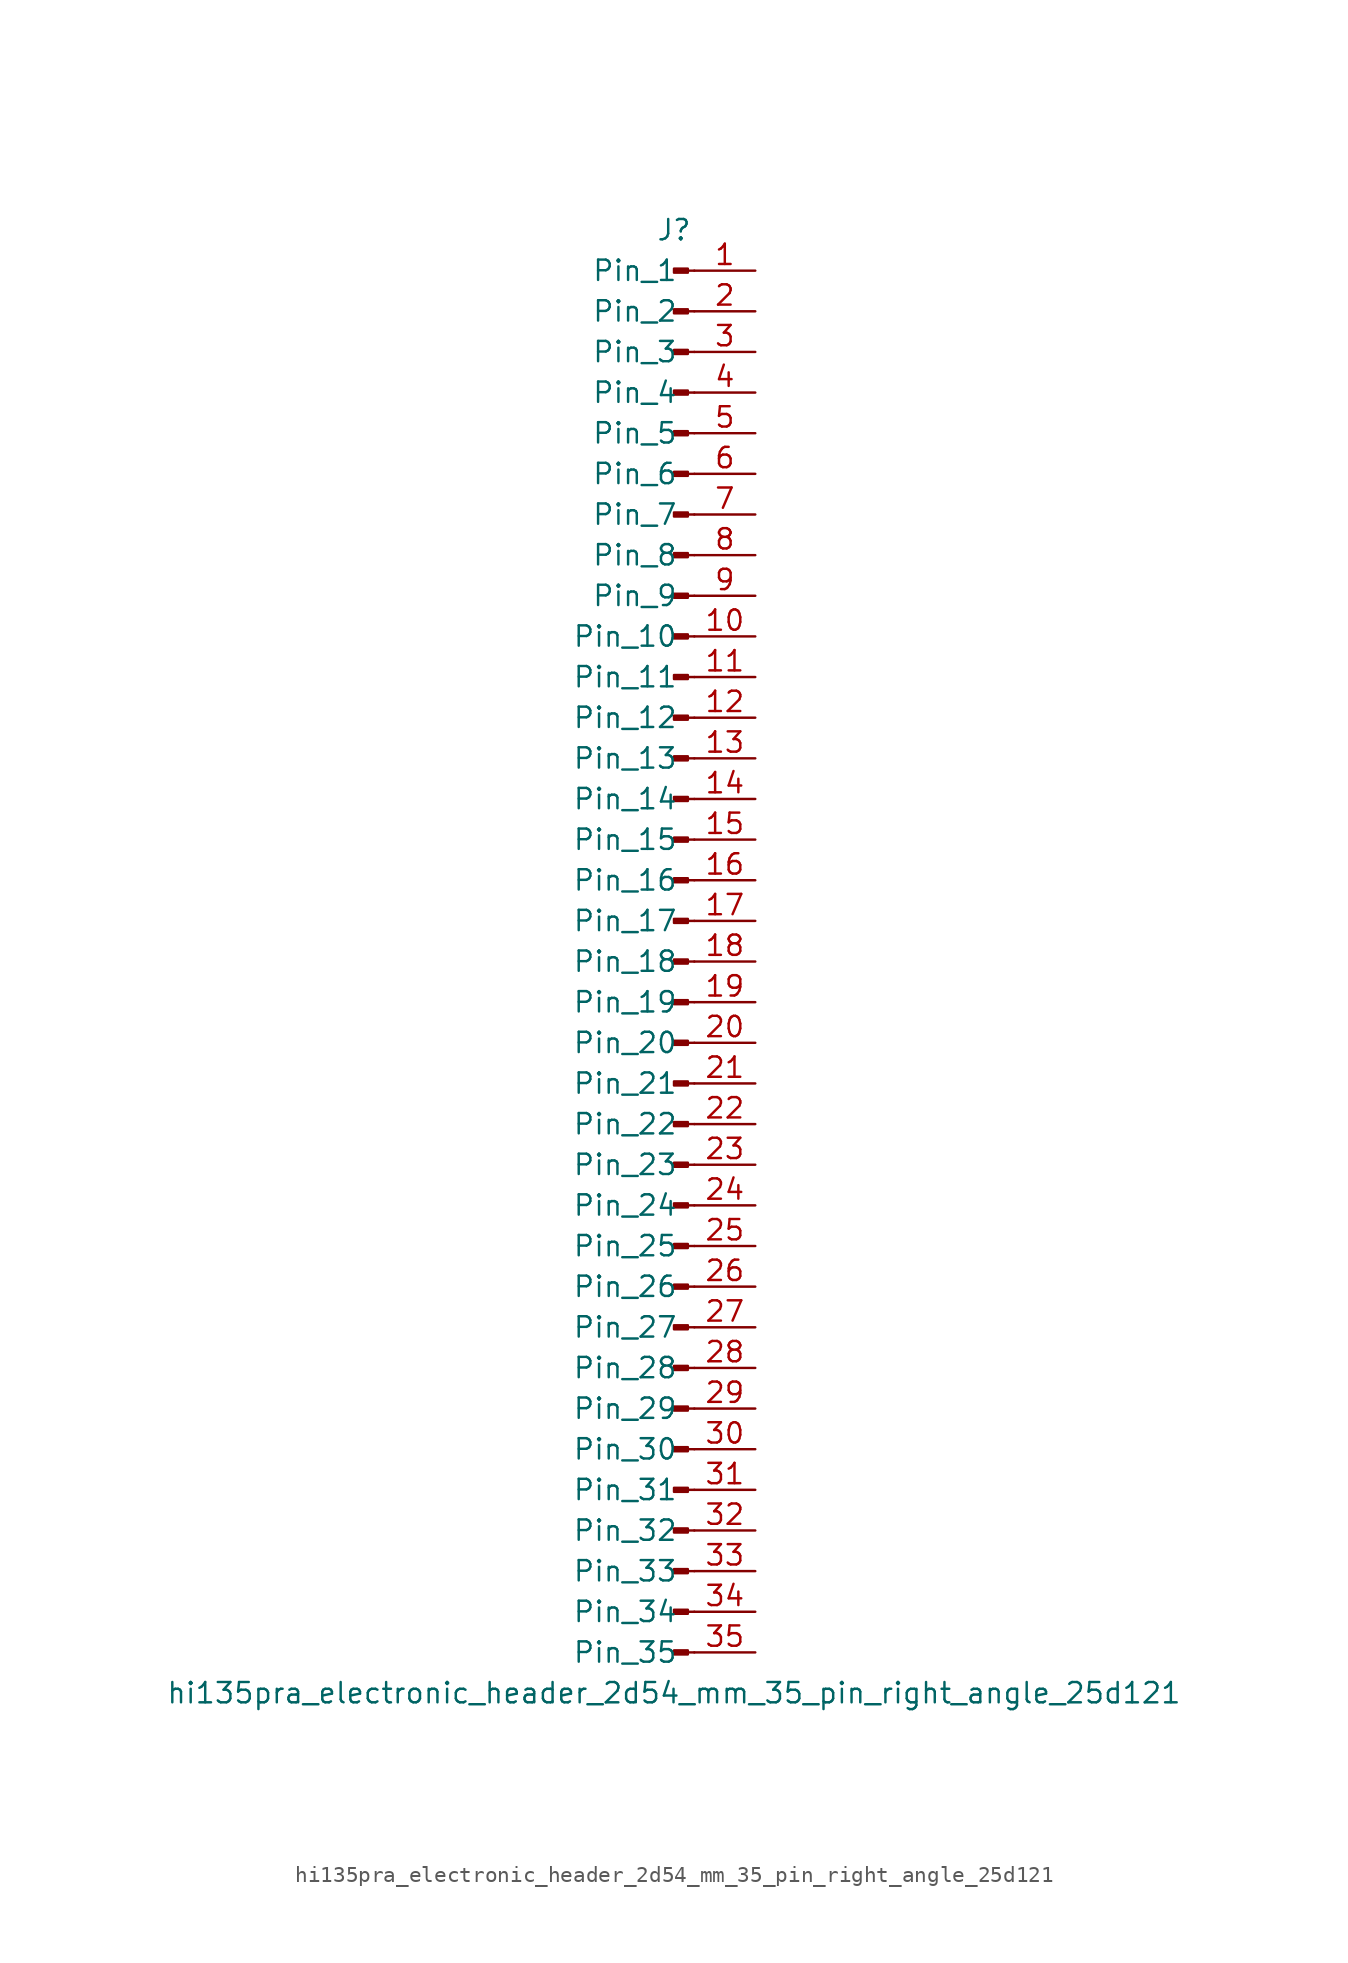
<source format=kicad_sym>
(kicad_symbol_lib
  (version 20220914)
  (generator kicad_symbol_editor)
  (symbol "hi135pra_electronic_header_2d54_mm_35_pin_right_angle_25d121"
    (pin_names
      (offset 1.016))
    (property "Reference" "J"
      (at 0 45.72 0)
      (effects (font (size 1.27 1.27))))
    (property "Value" "hi135pra_electronic_header_2d54_mm_35_pin_right_angle_25d121"
      (at 0 -45.72 0)
      (effects (font (size 1.27 1.27))))
    (property "ki_locked" ""
      (at 0 0 0)
      (effects (font (size 1.27 1.27))))
    (symbol "hi135pra_electronic_header_2d54_mm_35_pin_right_angle_25d121_1_1"
      (polyline (pts (xy 1.27 -43.18) (xy 0.864 -43.18)) (stroke (width 0.152) (type default)) (fill (type none)))
      (polyline (pts (xy 1.27 -40.64) (xy 0.864 -40.64)) (stroke (width 0.152) (type default)) (fill (type none)))
      (polyline (pts (xy 1.27 -38.1) (xy 0.864 -38.1)) (stroke (width 0.152) (type default)) (fill (type none)))
      (polyline (pts (xy 1.27 -35.56) (xy 0.864 -35.56)) (stroke (width 0.152) (type default)) (fill (type none)))
      (polyline (pts (xy 1.27 -33.02) (xy 0.864 -33.02)) (stroke (width 0.152) (type default)) (fill (type none)))
      (polyline (pts (xy 1.27 -30.48) (xy 0.864 -30.48)) (stroke (width 0.152) (type default)) (fill (type none)))
      (polyline (pts (xy 1.27 -27.94) (xy 0.864 -27.94)) (stroke (width 0.152) (type default)) (fill (type none)))
      (polyline (pts (xy 1.27 -25.4) (xy 0.864 -25.4)) (stroke (width 0.152) (type default)) (fill (type none)))
      (polyline (pts (xy 1.27 -22.86) (xy 0.864 -22.86)) (stroke (width 0.152) (type default)) (fill (type none)))
      (polyline (pts (xy 1.27 -20.32) (xy 0.864 -20.32)) (stroke (width 0.152) (type default)) (fill (type none)))
      (polyline (pts (xy 1.27 -17.78) (xy 0.864 -17.78)) (stroke (width 0.152) (type default)) (fill (type none)))
      (polyline (pts (xy 1.27 -15.24) (xy 0.864 -15.24)) (stroke (width 0.152) (type default)) (fill (type none)))
      (polyline (pts (xy 1.27 -12.7) (xy 0.864 -12.7)) (stroke (width 0.152) (type default)) (fill (type none)))
      (polyline (pts (xy 1.27 -10.16) (xy 0.864 -10.16)) (stroke (width 0.152) (type default)) (fill (type none)))
      (polyline (pts (xy 1.27 -7.62) (xy 0.864 -7.62)) (stroke (width 0.152) (type default)) (fill (type none)))
      (polyline (pts (xy 1.27 -5.08) (xy 0.864 -5.08)) (stroke (width 0.152) (type default)) (fill (type none)))
      (polyline (pts (xy 1.27 -2.54) (xy 0.864 -2.54)) (stroke (width 0.152) (type default)) (fill (type none)))
      (polyline (pts (xy 1.27 0) (xy 0.864 0)) (stroke (width 0.152) (type default)) (fill (type none)))
      (polyline (pts (xy 1.27 2.54) (xy 0.864 2.54)) (stroke (width 0.152) (type default)) (fill (type none)))
      (polyline (pts (xy 1.27 5.08) (xy 0.864 5.08)) (stroke (width 0.152) (type default)) (fill (type none)))
      (polyline (pts (xy 1.27 7.62) (xy 0.864 7.62)) (stroke (width 0.152) (type default)) (fill (type none)))
      (polyline (pts (xy 1.27 10.16) (xy 0.864 10.16)) (stroke (width 0.152) (type default)) (fill (type none)))
      (polyline (pts (xy 1.27 12.7) (xy 0.864 12.7)) (stroke (width 0.152) (type default)) (fill (type none)))
      (polyline (pts (xy 1.27 15.24) (xy 0.864 15.24)) (stroke (width 0.152) (type default)) (fill (type none)))
      (polyline (pts (xy 1.27 17.78) (xy 0.864 17.78)) (stroke (width 0.152) (type default)) (fill (type none)))
      (polyline (pts (xy 1.27 20.32) (xy 0.864 20.32)) (stroke (width 0.152) (type default)) (fill (type none)))
      (polyline (pts (xy 1.27 22.86) (xy 0.864 22.86)) (stroke (width 0.152) (type default)) (fill (type none)))
      (polyline (pts (xy 1.27 25.4) (xy 0.864 25.4)) (stroke (width 0.152) (type default)) (fill (type none)))
      (polyline (pts (xy 1.27 27.94) (xy 0.864 27.94)) (stroke (width 0.152) (type default)) (fill (type none)))
      (polyline (pts (xy 1.27 30.48) (xy 0.864 30.48)) (stroke (width 0.152) (type default)) (fill (type none)))
      (polyline (pts (xy 1.27 33.02) (xy 0.864 33.02)) (stroke (width 0.152) (type default)) (fill (type none)))
      (polyline (pts (xy 1.27 35.56) (xy 0.864 35.56)) (stroke (width 0.152) (type default)) (fill (type none)))
      (polyline (pts (xy 1.27 38.1) (xy 0.864 38.1)) (stroke (width 0.152) (type default)) (fill (type none)))
      (polyline (pts (xy 1.27 40.64) (xy 0.864 40.64)) (stroke (width 0.152) (type default)) (fill (type none)))
      (polyline (pts (xy 1.27 43.18) (xy 0.864 43.18)) (stroke (width 0.152) (type default)) (fill (type none)))
      (rectangle (start 0.864 -43.053) (end 0 -43.307) (stroke (width 0.152) (type default)) (fill (type outline)))
      (rectangle (start 0.864 -40.513) (end 0 -40.767) (stroke (width 0.152) (type default)) (fill (type outline)))
      (rectangle (start 0.864 -37.973) (end 0 -38.227) (stroke (width 0.152) (type default)) (fill (type outline)))
      (rectangle (start 0.864 -35.433) (end 0 -35.687) (stroke (width 0.152) (type default)) (fill (type outline)))
      (rectangle (start 0.864 -32.893) (end 0 -33.147) (stroke (width 0.152) (type default)) (fill (type outline)))
      (rectangle (start 0.864 -30.353) (end 0 -30.607) (stroke (width 0.152) (type default)) (fill (type outline)))
      (rectangle (start 0.864 -27.813) (end 0 -28.067) (stroke (width 0.152) (type default)) (fill (type outline)))
      (rectangle (start 0.864 -25.273) (end 0 -25.527) (stroke (width 0.152) (type default)) (fill (type outline)))
      (rectangle (start 0.864 -22.733) (end 0 -22.987) (stroke (width 0.152) (type default)) (fill (type outline)))
      (rectangle (start 0.864 -20.193) (end 0 -20.447) (stroke (width 0.152) (type default)) (fill (type outline)))
      (rectangle (start 0.864 -17.653) (end 0 -17.907) (stroke (width 0.152) (type default)) (fill (type outline)))
      (rectangle (start 0.864 -15.113) (end 0 -15.367) (stroke (width 0.152) (type default)) (fill (type outline)))
      (rectangle (start 0.864 -12.573) (end 0 -12.827) (stroke (width 0.152) (type default)) (fill (type outline)))
      (rectangle (start 0.864 -10.033) (end 0 -10.287) (stroke (width 0.152) (type default)) (fill (type outline)))
      (rectangle (start 0.864 -7.493) (end 0 -7.747) (stroke (width 0.152) (type default)) (fill (type outline)))
      (rectangle (start 0.864 -4.953) (end 0 -5.207) (stroke (width 0.152) (type default)) (fill (type outline)))
      (rectangle (start 0.864 -2.413) (end 0 -2.667) (stroke (width 0.152) (type default)) (fill (type outline)))
      (rectangle (start 0.864 0.127) (end 0 -0.127) (stroke (width 0.152) (type default)) (fill (type outline)))
      (rectangle (start 0.864 2.667) (end 0 2.413) (stroke (width 0.152) (type default)) (fill (type outline)))
      (rectangle (start 0.864 5.207) (end 0 4.953) (stroke (width 0.152) (type default)) (fill (type outline)))
      (rectangle (start 0.864 7.747) (end 0 7.493) (stroke (width 0.152) (type default)) (fill (type outline)))
      (rectangle (start 0.864 10.287) (end 0 10.033) (stroke (width 0.152) (type default)) (fill (type outline)))
      (rectangle (start 0.864 12.827) (end 0 12.573) (stroke (width 0.152) (type default)) (fill (type outline)))
      (rectangle (start 0.864 15.367) (end 0 15.113) (stroke (width 0.152) (type default)) (fill (type outline)))
      (rectangle (start 0.864 17.907) (end 0 17.653) (stroke (width 0.152) (type default)) (fill (type outline)))
      (rectangle (start 0.864 20.447) (end 0 20.193) (stroke (width 0.152) (type default)) (fill (type outline)))
      (rectangle (start 0.864 22.987) (end 0 22.733) (stroke (width 0.152) (type default)) (fill (type outline)))
      (rectangle (start 0.864 25.527) (end 0 25.273) (stroke (width 0.152) (type default)) (fill (type outline)))
      (rectangle (start 0.864 28.067) (end 0 27.813) (stroke (width 0.152) (type default)) (fill (type outline)))
      (rectangle (start 0.864 30.607) (end 0 30.353) (stroke (width 0.152) (type default)) (fill (type outline)))
      (rectangle (start 0.864 33.147) (end 0 32.893) (stroke (width 0.152) (type default)) (fill (type outline)))
      (rectangle (start 0.864 35.687) (end 0 35.433) (stroke (width 0.152) (type default)) (fill (type outline)))
      (rectangle (start 0.864 38.227) (end 0 37.973) (stroke (width 0.152) (type default)) (fill (type outline)))
      (rectangle (start 0.864 40.767) (end 0 40.513) (stroke (width 0.152) (type default)) (fill (type outline)))
      (rectangle (start 0.864 43.307) (end 0 43.053) (stroke (width 0.152) (type default)) (fill (type outline)))
      (pin passive line (at 5.08 43.18 180) (length 3.81) (name "Pin_1" (effects (font (size 1.27 1.27)))) (number "1" (effects (font (size 1.27 1.27)))))
      (pin passive line (at 5.08 20.32 180) (length 3.81) (name "Pin_10" (effects (font (size 1.27 1.27)))) (number "10" (effects (font (size 1.27 1.27)))))
      (pin passive line (at 5.08 17.78 180) (length 3.81) (name "Pin_11" (effects (font (size 1.27 1.27)))) (number "11" (effects (font (size 1.27 1.27)))))
      (pin passive line (at 5.08 15.24 180) (length 3.81) (name "Pin_12" (effects (font (size 1.27 1.27)))) (number "12" (effects (font (size 1.27 1.27)))))
      (pin passive line (at 5.08 12.7 180) (length 3.81) (name "Pin_13" (effects (font (size 1.27 1.27)))) (number "13" (effects (font (size 1.27 1.27)))))
      (pin passive line (at 5.08 10.16 180) (length 3.81) (name "Pin_14" (effects (font (size 1.27 1.27)))) (number "14" (effects (font (size 1.27 1.27)))))
      (pin passive line (at 5.08 7.62 180) (length 3.81) (name "Pin_15" (effects (font (size 1.27 1.27)))) (number "15" (effects (font (size 1.27 1.27)))))
      (pin passive line (at 5.08 5.08 180) (length 3.81) (name "Pin_16" (effects (font (size 1.27 1.27)))) (number "16" (effects (font (size 1.27 1.27)))))
      (pin passive line (at 5.08 2.54 180) (length 3.81) (name "Pin_17" (effects (font (size 1.27 1.27)))) (number "17" (effects (font (size 1.27 1.27)))))
      (pin passive line (at 5.08 0 180) (length 3.81) (name "Pin_18" (effects (font (size 1.27 1.27)))) (number "18" (effects (font (size 1.27 1.27)))))
      (pin passive line (at 5.08 -2.54 180) (length 3.81) (name "Pin_19" (effects (font (size 1.27 1.27)))) (number "19" (effects (font (size 1.27 1.27)))))
      (pin passive line (at 5.08 40.64 180) (length 3.81) (name "Pin_2" (effects (font (size 1.27 1.27)))) (number "2" (effects (font (size 1.27 1.27)))))
      (pin passive line (at 5.08 -5.08 180) (length 3.81) (name "Pin_20" (effects (font (size 1.27 1.27)))) (number "20" (effects (font (size 1.27 1.27)))))
      (pin passive line (at 5.08 -7.62 180) (length 3.81) (name "Pin_21" (effects (font (size 1.27 1.27)))) (number "21" (effects (font (size 1.27 1.27)))))
      (pin passive line (at 5.08 -10.16 180) (length 3.81) (name "Pin_22" (effects (font (size 1.27 1.27)))) (number "22" (effects (font (size 1.27 1.27)))))
      (pin passive line (at 5.08 -12.7 180) (length 3.81) (name "Pin_23" (effects (font (size 1.27 1.27)))) (number "23" (effects (font (size 1.27 1.27)))))
      (pin passive line (at 5.08 -15.24 180) (length 3.81) (name "Pin_24" (effects (font (size 1.27 1.27)))) (number "24" (effects (font (size 1.27 1.27)))))
      (pin passive line (at 5.08 -17.78 180) (length 3.81) (name "Pin_25" (effects (font (size 1.27 1.27)))) (number "25" (effects (font (size 1.27 1.27)))))
      (pin passive line (at 5.08 -20.32 180) (length 3.81) (name "Pin_26" (effects (font (size 1.27 1.27)))) (number "26" (effects (font (size 1.27 1.27)))))
      (pin passive line (at 5.08 -22.86 180) (length 3.81) (name "Pin_27" (effects (font (size 1.27 1.27)))) (number "27" (effects (font (size 1.27 1.27)))))
      (pin passive line (at 5.08 -25.4 180) (length 3.81) (name "Pin_28" (effects (font (size 1.27 1.27)))) (number "28" (effects (font (size 1.27 1.27)))))
      (pin passive line (at 5.08 -27.94 180) (length 3.81) (name "Pin_29" (effects (font (size 1.27 1.27)))) (number "29" (effects (font (size 1.27 1.27)))))
      (pin passive line (at 5.08 38.1 180) (length 3.81) (name "Pin_3" (effects (font (size 1.27 1.27)))) (number "3" (effects (font (size 1.27 1.27)))))
      (pin passive line (at 5.08 -30.48 180) (length 3.81) (name "Pin_30" (effects (font (size 1.27 1.27)))) (number "30" (effects (font (size 1.27 1.27)))))
      (pin passive line (at 5.08 -33.02 180) (length 3.81) (name "Pin_31" (effects (font (size 1.27 1.27)))) (number "31" (effects (font (size 1.27 1.27)))))
      (pin passive line (at 5.08 -35.56 180) (length 3.81) (name "Pin_32" (effects (font (size 1.27 1.27)))) (number "32" (effects (font (size 1.27 1.27)))))
      (pin passive line (at 5.08 -38.1 180) (length 3.81) (name "Pin_33" (effects (font (size 1.27 1.27)))) (number "33" (effects (font (size 1.27 1.27)))))
      (pin passive line (at 5.08 -40.64 180) (length 3.81) (name "Pin_34" (effects (font (size 1.27 1.27)))) (number "34" (effects (font (size 1.27 1.27)))))
      (pin passive line (at 5.08 -43.18 180) (length 3.81) (name "Pin_35" (effects (font (size 1.27 1.27)))) (number "35" (effects (font (size 1.27 1.27)))))
      (pin passive line (at 5.08 35.56 180) (length 3.81) (name "Pin_4" (effects (font (size 1.27 1.27)))) (number "4" (effects (font (size 1.27 1.27)))))
      (pin passive line (at 5.08 33.02 180) (length 3.81) (name "Pin_5" (effects (font (size 1.27 1.27)))) (number "5" (effects (font (size 1.27 1.27)))))
      (pin passive line (at 5.08 30.48 180) (length 3.81) (name "Pin_6" (effects (font (size 1.27 1.27)))) (number "6" (effects (font (size 1.27 1.27)))))
      (pin passive line (at 5.08 27.94 180) (length 3.81) (name "Pin_7" (effects (font (size 1.27 1.27)))) (number "7" (effects (font (size 1.27 1.27)))))
      (pin passive line (at 5.08 25.4 180) (length 3.81) (name "Pin_8" (effects (font (size 1.27 1.27)))) (number "8" (effects (font (size 1.27 1.27)))))
      (pin passive line (at 5.08 22.86 180) (length 3.81) (name "Pin_9" (effects (font (size 1.27 1.27)))) (number "9" (effects (font (size 1.27 1.27))))))))
</source>
